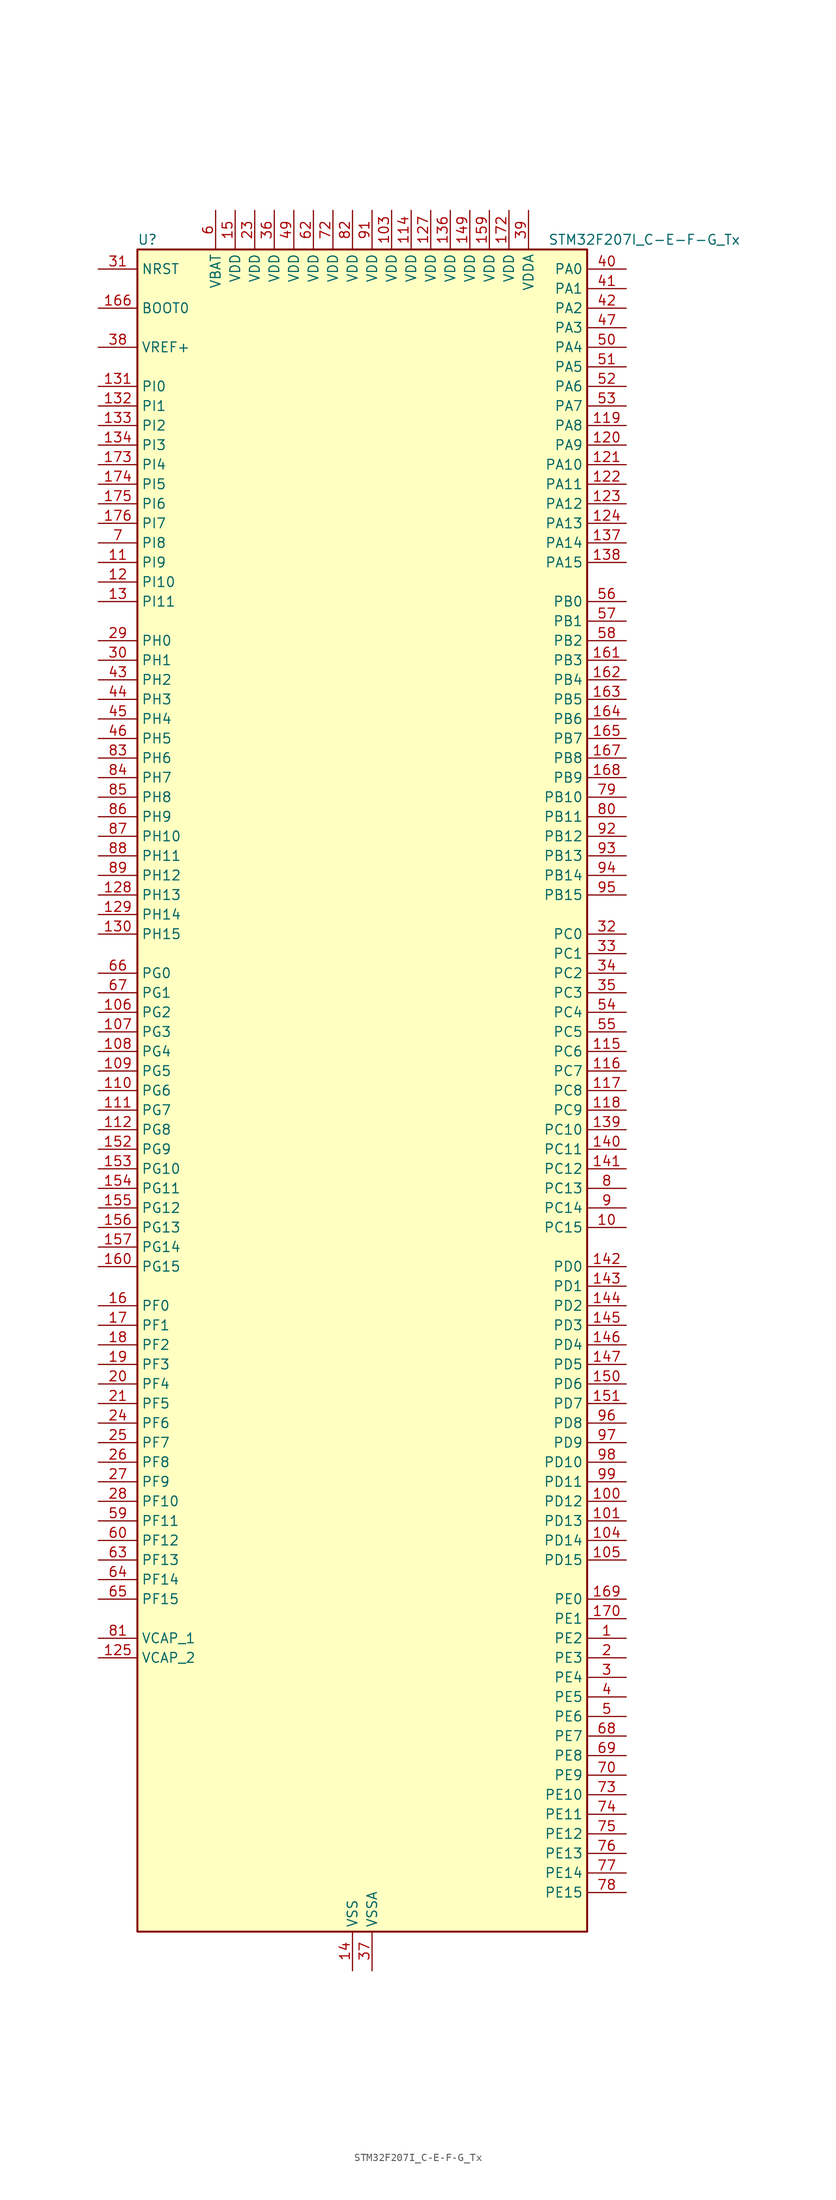
<source format=kicad_sym>
(kicad_symbol_lib
  (version 20220914)
  (generator kicad_symbol_editor)
  (symbol "STM32F207I_C-E-F-G_Tx"
    (property "Reference" "U"
      (at -27.94 110.49 0)
      (effects (font (size 1.27 1.27)) (justify left)))
    (property "Value" "STM32F207I_C-E-F-G_Tx"
      (at 25.4 110.49 0)
      (effects (font (size 1.27 1.27)) (justify left)))
    (property "ki_locked" ""
      (at 0 0 0)
      (effects (font (size 1.27 1.27))))
    (symbol "STM32F207I_C-E-F-G_Tx_0_1"
      (rectangle (start -27.94 -109.22) (end 30.48 109.22) (stroke (width 0.254) (type default)) (fill (type background))))
    (symbol "STM32F207I_C-E-F-G_Tx_1_1"
      (pin bidirectional line (at 35.56 -71.12 180) (length 5.08) (name "PE2" (effects (font (size 1.27 1.27)))) (number "1" (effects (font (size 1.27 1.27)))) (alternate "ETH_TXD3" bidirectional line) (alternate "FSMC_A23" bidirectional line) (alternate "SYS_TRACECLK" bidirectional line))
      (pin bidirectional line (at 35.56 -17.78 180) (length 5.08) (name "PC15" (effects (font (size 1.27 1.27)))) (number "10" (effects (font (size 1.27 1.27)))) (alternate "ADC1_EXTI15" bidirectional line) (alternate "ADC2_EXTI15" bidirectional line) (alternate "ADC3_EXTI15" bidirectional line) (alternate "RCC_OSC32_OUT" bidirectional line))
      (pin bidirectional line (at 35.56 -53.34 180) (length 5.08) (name "PD12" (effects (font (size 1.27 1.27)))) (number "100" (effects (font (size 1.27 1.27)))) (alternate "FSMC_A17" bidirectional line) (alternate "FSMC_ALE" bidirectional line) (alternate "TIM4_CH1" bidirectional line) (alternate "USART3_RTS" bidirectional line))
      (pin bidirectional line (at 35.56 -55.88 180) (length 5.08) (name "PD13" (effects (font (size 1.27 1.27)))) (number "101" (effects (font (size 1.27 1.27)))) (alternate "FSMC_A18" bidirectional line) (alternate "TIM4_CH2" bidirectional line))
      (pin passive line (at 0 -114.3 90) (length 5.08) hide (name "VSS" (effects (font (size 1.27 1.27)))) (number "102" (effects (font (size 1.27 1.27)))))
      (pin power_in line (at 5.08 114.3 270) (length 5.08) (name "VDD" (effects (font (size 1.27 1.27)))) (number "103" (effects (font (size 1.27 1.27)))))
      (pin bidirectional line (at 35.56 -58.42 180) (length 5.08) (name "PD14" (effects (font (size 1.27 1.27)))) (number "104" (effects (font (size 1.27 1.27)))) (alternate "FSMC_D0" bidirectional line) (alternate "FSMC_DA0" bidirectional line) (alternate "TIM4_CH3" bidirectional line))
      (pin bidirectional line (at 35.56 -60.96 180) (length 5.08) (name "PD15" (effects (font (size 1.27 1.27)))) (number "105" (effects (font (size 1.27 1.27)))) (alternate "ADC1_EXTI15" bidirectional line) (alternate "ADC2_EXTI15" bidirectional line) (alternate "ADC3_EXTI15" bidirectional line) (alternate "FSMC_D1" bidirectional line) (alternate "FSMC_DA1" bidirectional line) (alternate "TIM4_CH4" bidirectional line))
      (pin bidirectional line (at -33.02 10.16 0) (length 5.08) (name "PG2" (effects (font (size 1.27 1.27)))) (number "106" (effects (font (size 1.27 1.27)))) (alternate "FSMC_A12" bidirectional line))
      (pin bidirectional line (at -33.02 7.62 0) (length 5.08) (name "PG3" (effects (font (size 1.27 1.27)))) (number "107" (effects (font (size 1.27 1.27)))) (alternate "FSMC_A13" bidirectional line))
      (pin bidirectional line (at -33.02 5.08 0) (length 5.08) (name "PG4" (effects (font (size 1.27 1.27)))) (number "108" (effects (font (size 1.27 1.27)))) (alternate "FSMC_A14" bidirectional line))
      (pin bidirectional line (at -33.02 2.54 0) (length 5.08) (name "PG5" (effects (font (size 1.27 1.27)))) (number "109" (effects (font (size 1.27 1.27)))) (alternate "FSMC_A15" bidirectional line))
      (pin bidirectional line (at -33.02 68.58 0) (length 5.08) (name "PI9" (effects (font (size 1.27 1.27)))) (number "11" (effects (font (size 1.27 1.27)))) (alternate "CAN1_RX" bidirectional line) (alternate "DAC_EXTI9" bidirectional line))
      (pin bidirectional line (at -33.02 0 0) (length 5.08) (name "PG6" (effects (font (size 1.27 1.27)))) (number "110" (effects (font (size 1.27 1.27)))) (alternate "FSMC_INT2" bidirectional line))
      (pin bidirectional line (at -33.02 -2.54 0) (length 5.08) (name "PG7" (effects (font (size 1.27 1.27)))) (number "111" (effects (font (size 1.27 1.27)))) (alternate "FSMC_INT3" bidirectional line) (alternate "USART6_CK" bidirectional line))
      (pin bidirectional line (at -33.02 -5.08 0) (length 5.08) (name "PG8" (effects (font (size 1.27 1.27)))) (number "112" (effects (font (size 1.27 1.27)))) (alternate "ETH_PPS_OUT" bidirectional line) (alternate "USART6_RTS" bidirectional line))
      (pin passive line (at 0 -114.3 90) (length 5.08) hide (name "VSS" (effects (font (size 1.27 1.27)))) (number "113" (effects (font (size 1.27 1.27)))))
      (pin power_in line (at 7.62 114.3 270) (length 5.08) (name "VDD" (effects (font (size 1.27 1.27)))) (number "114" (effects (font (size 1.27 1.27)))))
      (pin bidirectional line (at 35.56 5.08 180) (length 5.08) (name "PC6" (effects (font (size 1.27 1.27)))) (number "115" (effects (font (size 1.27 1.27)))) (alternate "DCMI_D0" bidirectional line) (alternate "I2S2_MCK" bidirectional line) (alternate "SDIO_D6" bidirectional line) (alternate "TIM3_CH1" bidirectional line) (alternate "TIM8_CH1" bidirectional line) (alternate "USART6_TX" bidirectional line))
      (pin bidirectional line (at 35.56 2.54 180) (length 5.08) (name "PC7" (effects (font (size 1.27 1.27)))) (number "116" (effects (font (size 1.27 1.27)))) (alternate "DCMI_D1" bidirectional line) (alternate "I2S3_MCK" bidirectional line) (alternate "SDIO_D7" bidirectional line) (alternate "TIM3_CH2" bidirectional line) (alternate "TIM8_CH2" bidirectional line) (alternate "USART6_RX" bidirectional line))
      (pin bidirectional line (at 35.56 0 180) (length 5.08) (name "PC8" (effects (font (size 1.27 1.27)))) (number "117" (effects (font (size 1.27 1.27)))) (alternate "DCMI_D2" bidirectional line) (alternate "SDIO_D0" bidirectional line) (alternate "TIM3_CH3" bidirectional line) (alternate "TIM8_CH3" bidirectional line) (alternate "USART6_CK" bidirectional line))
      (pin bidirectional line (at 35.56 -2.54 180) (length 5.08) (name "PC9" (effects (font (size 1.27 1.27)))) (number "118" (effects (font (size 1.27 1.27)))) (alternate "DAC_EXTI9" bidirectional line) (alternate "DCMI_D3" bidirectional line) (alternate "I2C3_SDA" bidirectional line) (alternate "I2S_CKIN" bidirectional line) (alternate "RCC_MCO_2" bidirectional line) (alternate "SDIO_D1" bidirectional line) (alternate "TIM3_CH4" bidirectional line) (alternate "TIM8_CH4" bidirectional line))
      (pin bidirectional line (at 35.56 86.36 180) (length 5.08) (name "PA8" (effects (font (size 1.27 1.27)))) (number "119" (effects (font (size 1.27 1.27)))) (alternate "I2C3_SCL" bidirectional line) (alternate "RCC_MCO_1" bidirectional line) (alternate "TIM1_CH1" bidirectional line) (alternate "USART1_CK" bidirectional line) (alternate "USB_OTG_FS_SOF" bidirectional line))
      (pin bidirectional line (at -33.02 66.04 0) (length 5.08) (name "PI10" (effects (font (size 1.27 1.27)))) (number "12" (effects (font (size 1.27 1.27)))) (alternate "ETH_RX_ER" bidirectional line))
      (pin bidirectional line (at 35.56 83.82 180) (length 5.08) (name "PA9" (effects (font (size 1.27 1.27)))) (number "120" (effects (font (size 1.27 1.27)))) (alternate "DAC_EXTI9" bidirectional line) (alternate "DCMI_D0" bidirectional line) (alternate "I2C3_SMBA" bidirectional line) (alternate "TIM1_CH2" bidirectional line) (alternate "USART1_TX" bidirectional line) (alternate "USB_OTG_FS_VBUS" bidirectional line))
      (pin bidirectional line (at 35.56 81.28 180) (length 5.08) (name "PA10" (effects (font (size 1.27 1.27)))) (number "121" (effects (font (size 1.27 1.27)))) (alternate "DCMI_D1" bidirectional line) (alternate "TIM1_CH3" bidirectional line) (alternate "USART1_RX" bidirectional line) (alternate "USB_OTG_FS_ID" bidirectional line))
      (pin bidirectional line (at 35.56 78.74 180) (length 5.08) (name "PA11" (effects (font (size 1.27 1.27)))) (number "122" (effects (font (size 1.27 1.27)))) (alternate "ADC1_EXTI11" bidirectional line) (alternate "ADC2_EXTI11" bidirectional line) (alternate "ADC3_EXTI11" bidirectional line) (alternate "CAN1_RX" bidirectional line) (alternate "TIM1_CH4" bidirectional line) (alternate "USART1_CTS" bidirectional line) (alternate "USB_OTG_FS_DM" bidirectional line))
      (pin bidirectional line (at 35.56 76.2 180) (length 5.08) (name "PA12" (effects (font (size 1.27 1.27)))) (number "123" (effects (font (size 1.27 1.27)))) (alternate "CAN1_TX" bidirectional line) (alternate "TIM1_ETR" bidirectional line) (alternate "USART1_RTS" bidirectional line) (alternate "USB_OTG_FS_DP" bidirectional line))
      (pin bidirectional line (at 35.56 73.66 180) (length 5.08) (name "PA13" (effects (font (size 1.27 1.27)))) (number "124" (effects (font (size 1.27 1.27)))) (alternate "SYS_JTMS-SWDIO" bidirectional line))
      (pin power_out line (at -33.02 -73.66 0) (length 5.08) (name "VCAP_2" (effects (font (size 1.27 1.27)))) (number "125" (effects (font (size 1.27 1.27)))))
      (pin passive line (at 0 -114.3 90) (length 5.08) hide (name "VSS" (effects (font (size 1.27 1.27)))) (number "126" (effects (font (size 1.27 1.27)))))
      (pin power_in line (at 10.16 114.3 270) (length 5.08) (name "VDD" (effects (font (size 1.27 1.27)))) (number "127" (effects (font (size 1.27 1.27)))))
      (pin bidirectional line (at -33.02 25.4 0) (length 5.08) (name "PH13" (effects (font (size 1.27 1.27)))) (number "128" (effects (font (size 1.27 1.27)))) (alternate "CAN1_TX" bidirectional line) (alternate "TIM8_CH1N" bidirectional line))
      (pin bidirectional line (at -33.02 22.86 0) (length 5.08) (name "PH14" (effects (font (size 1.27 1.27)))) (number "129" (effects (font (size 1.27 1.27)))) (alternate "DCMI_D4" bidirectional line) (alternate "TIM8_CH2N" bidirectional line))
      (pin bidirectional line (at -33.02 63.5 0) (length 5.08) (name "PI11" (effects (font (size 1.27 1.27)))) (number "13" (effects (font (size 1.27 1.27)))) (alternate "ADC1_EXTI11" bidirectional line) (alternate "ADC2_EXTI11" bidirectional line) (alternate "ADC3_EXTI11" bidirectional line) (alternate "USB_OTG_HS_ULPI_DIR" bidirectional line))
      (pin bidirectional line (at -33.02 20.32 0) (length 5.08) (name "PH15" (effects (font (size 1.27 1.27)))) (number "130" (effects (font (size 1.27 1.27)))) (alternate "ADC1_EXTI15" bidirectional line) (alternate "ADC2_EXTI15" bidirectional line) (alternate "ADC3_EXTI15" bidirectional line) (alternate "DCMI_D11" bidirectional line) (alternate "TIM8_CH3N" bidirectional line))
      (pin bidirectional line (at -33.02 91.44 0) (length 5.08) (name "PI0" (effects (font (size 1.27 1.27)))) (number "131" (effects (font (size 1.27 1.27)))) (alternate "DCMI_D13" bidirectional line) (alternate "I2S2_WS" bidirectional line) (alternate "SPI2_NSS" bidirectional line) (alternate "TIM5_CH4" bidirectional line))
      (pin bidirectional line (at -33.02 88.9 0) (length 5.08) (name "PI1" (effects (font (size 1.27 1.27)))) (number "132" (effects (font (size 1.27 1.27)))) (alternate "DCMI_D8" bidirectional line) (alternate "I2S2_SCK" bidirectional line) (alternate "SPI2_SCK" bidirectional line))
      (pin bidirectional line (at -33.02 86.36 0) (length 5.08) (name "PI2" (effects (font (size 1.27 1.27)))) (number "133" (effects (font (size 1.27 1.27)))) (alternate "DCMI_D9" bidirectional line) (alternate "SPI2_MISO" bidirectional line) (alternate "TIM8_CH4" bidirectional line))
      (pin bidirectional line (at -33.02 83.82 0) (length 5.08) (name "PI3" (effects (font (size 1.27 1.27)))) (number "134" (effects (font (size 1.27 1.27)))) (alternate "DCMI_D10" bidirectional line) (alternate "I2S2_SD" bidirectional line) (alternate "SPI2_MOSI" bidirectional line) (alternate "TIM8_ETR" bidirectional line))
      (pin passive line (at 0 -114.3 90) (length 5.08) hide (name "VSS" (effects (font (size 1.27 1.27)))) (number "135" (effects (font (size 1.27 1.27)))))
      (pin power_in line (at 12.7 114.3 270) (length 5.08) (name "VDD" (effects (font (size 1.27 1.27)))) (number "136" (effects (font (size 1.27 1.27)))))
      (pin bidirectional line (at 35.56 71.12 180) (length 5.08) (name "PA14" (effects (font (size 1.27 1.27)))) (number "137" (effects (font (size 1.27 1.27)))) (alternate "SYS_JTCK-SWCLK" bidirectional line))
      (pin bidirectional line (at 35.56 68.58 180) (length 5.08) (name "PA15" (effects (font (size 1.27 1.27)))) (number "138" (effects (font (size 1.27 1.27)))) (alternate "ADC1_EXTI15" bidirectional line) (alternate "ADC2_EXTI15" bidirectional line) (alternate "ADC3_EXTI15" bidirectional line) (alternate "I2S3_WS" bidirectional line) (alternate "SPI1_NSS" bidirectional line) (alternate "SPI3_NSS" bidirectional line) (alternate "SYS_JTDI" bidirectional line) (alternate "TIM2_CH1" bidirectional line) (alternate "TIM2_ETR" bidirectional line))
      (pin bidirectional line (at 35.56 -5.08 180) (length 5.08) (name "PC10" (effects (font (size 1.27 1.27)))) (number "139" (effects (font (size 1.27 1.27)))) (alternate "DCMI_D8" bidirectional line) (alternate "I2S3_SCK" bidirectional line) (alternate "SDIO_D2" bidirectional line) (alternate "SPI3_SCK" bidirectional line) (alternate "UART4_TX" bidirectional line) (alternate "USART3_TX" bidirectional line))
      (pin power_in line (at 0 -114.3 90) (length 5.08) (name "VSS" (effects (font (size 1.27 1.27)))) (number "14" (effects (font (size 1.27 1.27)))))
      (pin bidirectional line (at 35.56 -7.62 180) (length 5.08) (name "PC11" (effects (font (size 1.27 1.27)))) (number "140" (effects (font (size 1.27 1.27)))) (alternate "ADC1_EXTI11" bidirectional line) (alternate "ADC2_EXTI11" bidirectional line) (alternate "ADC3_EXTI11" bidirectional line) (alternate "DCMI_D4" bidirectional line) (alternate "SDIO_D3" bidirectional line) (alternate "SPI3_MISO" bidirectional line) (alternate "UART4_RX" bidirectional line) (alternate "USART3_RX" bidirectional line))
      (pin bidirectional line (at 35.56 -10.16 180) (length 5.08) (name "PC12" (effects (font (size 1.27 1.27)))) (number "141" (effects (font (size 1.27 1.27)))) (alternate "DCMI_D9" bidirectional line) (alternate "I2S3_SD" bidirectional line) (alternate "SDIO_CK" bidirectional line) (alternate "SPI3_MOSI" bidirectional line) (alternate "UART5_TX" bidirectional line) (alternate "USART3_CK" bidirectional line))
      (pin bidirectional line (at 35.56 -22.86 180) (length 5.08) (name "PD0" (effects (font (size 1.27 1.27)))) (number "142" (effects (font (size 1.27 1.27)))) (alternate "CAN1_RX" bidirectional line) (alternate "FSMC_D2" bidirectional line) (alternate "FSMC_DA2" bidirectional line))
      (pin bidirectional line (at 35.56 -25.4 180) (length 5.08) (name "PD1" (effects (font (size 1.27 1.27)))) (number "143" (effects (font (size 1.27 1.27)))) (alternate "CAN1_TX" bidirectional line) (alternate "FSMC_D3" bidirectional line) (alternate "FSMC_DA3" bidirectional line))
      (pin bidirectional line (at 35.56 -27.94 180) (length 5.08) (name "PD2" (effects (font (size 1.27 1.27)))) (number "144" (effects (font (size 1.27 1.27)))) (alternate "DCMI_D11" bidirectional line) (alternate "SDIO_CMD" bidirectional line) (alternate "TIM3_ETR" bidirectional line) (alternate "UART5_RX" bidirectional line))
      (pin bidirectional line (at 35.56 -30.48 180) (length 5.08) (name "PD3" (effects (font (size 1.27 1.27)))) (number "145" (effects (font (size 1.27 1.27)))) (alternate "FSMC_CLK" bidirectional line) (alternate "USART2_CTS" bidirectional line))
      (pin bidirectional line (at 35.56 -33.02 180) (length 5.08) (name "PD4" (effects (font (size 1.27 1.27)))) (number "146" (effects (font (size 1.27 1.27)))) (alternate "FSMC_NOE" bidirectional line) (alternate "USART2_RTS" bidirectional line))
      (pin bidirectional line (at 35.56 -35.56 180) (length 5.08) (name "PD5" (effects (font (size 1.27 1.27)))) (number "147" (effects (font (size 1.27 1.27)))) (alternate "FSMC_NWE" bidirectional line) (alternate "USART2_TX" bidirectional line))
      (pin passive line (at 0 -114.3 90) (length 5.08) hide (name "VSS" (effects (font (size 1.27 1.27)))) (number "148" (effects (font (size 1.27 1.27)))))
      (pin power_in line (at 15.24 114.3 270) (length 5.08) (name "VDD" (effects (font (size 1.27 1.27)))) (number "149" (effects (font (size 1.27 1.27)))))
      (pin power_in line (at -15.24 114.3 270) (length 5.08) (name "VDD" (effects (font (size 1.27 1.27)))) (number "15" (effects (font (size 1.27 1.27)))))
      (pin bidirectional line (at 35.56 -38.1 180) (length 5.08) (name "PD6" (effects (font (size 1.27 1.27)))) (number "150" (effects (font (size 1.27 1.27)))) (alternate "FSMC_NWAIT" bidirectional line) (alternate "USART2_RX" bidirectional line))
      (pin bidirectional line (at 35.56 -40.64 180) (length 5.08) (name "PD7" (effects (font (size 1.27 1.27)))) (number "151" (effects (font (size 1.27 1.27)))) (alternate "FSMC_NCE2" bidirectional line) (alternate "FSMC_NE1" bidirectional line) (alternate "USART2_CK" bidirectional line))
      (pin bidirectional line (at -33.02 -7.62 0) (length 5.08) (name "PG9" (effects (font (size 1.27 1.27)))) (number "152" (effects (font (size 1.27 1.27)))) (alternate "DAC_EXTI9" bidirectional line) (alternate "FSMC_NCE3" bidirectional line) (alternate "FSMC_NE2" bidirectional line) (alternate "USART6_RX" bidirectional line))
      (pin bidirectional line (at -33.02 -10.16 0) (length 5.08) (name "PG10" (effects (font (size 1.27 1.27)))) (number "153" (effects (font (size 1.27 1.27)))) (alternate "FSMC_NCE4_1" bidirectional line) (alternate "FSMC_NE3" bidirectional line))
      (pin bidirectional line (at -33.02 -12.7 0) (length 5.08) (name "PG11" (effects (font (size 1.27 1.27)))) (number "154" (effects (font (size 1.27 1.27)))) (alternate "ADC1_EXTI11" bidirectional line) (alternate "ADC2_EXTI11" bidirectional line) (alternate "ADC3_EXTI11" bidirectional line) (alternate "ETH_TX_EN" bidirectional line) (alternate "FSMC_NCE4_2" bidirectional line))
      (pin bidirectional line (at -33.02 -15.24 0) (length 5.08) (name "PG12" (effects (font (size 1.27 1.27)))) (number "155" (effects (font (size 1.27 1.27)))) (alternate "FSMC_NE4" bidirectional line) (alternate "USART6_RTS" bidirectional line))
      (pin bidirectional line (at -33.02 -17.78 0) (length 5.08) (name "PG13" (effects (font (size 1.27 1.27)))) (number "156" (effects (font (size 1.27 1.27)))) (alternate "ETH_TXD0" bidirectional line) (alternate "FSMC_A24" bidirectional line) (alternate "USART6_CTS" bidirectional line))
      (pin bidirectional line (at -33.02 -20.32 0) (length 5.08) (name "PG14" (effects (font (size 1.27 1.27)))) (number "157" (effects (font (size 1.27 1.27)))) (alternate "ETH_TXD1" bidirectional line) (alternate "FSMC_A25" bidirectional line) (alternate "USART6_TX" bidirectional line))
      (pin passive line (at 0 -114.3 90) (length 5.08) hide (name "VSS" (effects (font (size 1.27 1.27)))) (number "158" (effects (font (size 1.27 1.27)))))
      (pin power_in line (at 17.78 114.3 270) (length 5.08) (name "VDD" (effects (font (size 1.27 1.27)))) (number "159" (effects (font (size 1.27 1.27)))))
      (pin bidirectional line (at -33.02 -27.94 0) (length 5.08) (name "PF0" (effects (font (size 1.27 1.27)))) (number "16" (effects (font (size 1.27 1.27)))) (alternate "FSMC_A0" bidirectional line) (alternate "I2C2_SDA" bidirectional line))
      (pin bidirectional line (at -33.02 -22.86 0) (length 5.08) (name "PG15" (effects (font (size 1.27 1.27)))) (number "160" (effects (font (size 1.27 1.27)))) (alternate "ADC1_EXTI15" bidirectional line) (alternate "ADC2_EXTI15" bidirectional line) (alternate "ADC3_EXTI15" bidirectional line) (alternate "DCMI_D13" bidirectional line) (alternate "USART6_CTS" bidirectional line))
      (pin bidirectional line (at 35.56 55.88 180) (length 5.08) (name "PB3" (effects (font (size 1.27 1.27)))) (number "161" (effects (font (size 1.27 1.27)))) (alternate "I2S3_SCK" bidirectional line) (alternate "SPI1_SCK" bidirectional line) (alternate "SPI3_SCK" bidirectional line) (alternate "SYS_JTDO-SWO" bidirectional line) (alternate "TIM2_CH2" bidirectional line))
      (pin bidirectional line (at 35.56 53.34 180) (length 5.08) (name "PB4" (effects (font (size 1.27 1.27)))) (number "162" (effects (font (size 1.27 1.27)))) (alternate "SPI1_MISO" bidirectional line) (alternate "SPI3_MISO" bidirectional line) (alternate "SYS_JTRST" bidirectional line) (alternate "TIM3_CH1" bidirectional line))
      (pin bidirectional line (at 35.56 50.8 180) (length 5.08) (name "PB5" (effects (font (size 1.27 1.27)))) (number "163" (effects (font (size 1.27 1.27)))) (alternate "CAN2_RX" bidirectional line) (alternate "DCMI_D10" bidirectional line) (alternate "ETH_PPS_OUT" bidirectional line) (alternate "I2C1_SMBA" bidirectional line) (alternate "I2S3_SD" bidirectional line) (alternate "SPI1_MOSI" bidirectional line) (alternate "SPI3_MOSI" bidirectional line) (alternate "TIM3_CH2" bidirectional line) (alternate "USB_OTG_HS_ULPI_D7" bidirectional line))
      (pin bidirectional line (at 35.56 48.26 180) (length 5.08) (name "PB6" (effects (font (size 1.27 1.27)))) (number "164" (effects (font (size 1.27 1.27)))) (alternate "CAN2_TX" bidirectional line) (alternate "DCMI_D5" bidirectional line) (alternate "I2C1_SCL" bidirectional line) (alternate "TIM4_CH1" bidirectional line) (alternate "USART1_TX" bidirectional line))
      (pin bidirectional line (at 35.56 45.72 180) (length 5.08) (name "PB7" (effects (font (size 1.27 1.27)))) (number "165" (effects (font (size 1.27 1.27)))) (alternate "DCMI_VSYNC" bidirectional line) (alternate "FSMC_NL" bidirectional line) (alternate "I2C1_SDA" bidirectional line) (alternate "TIM4_CH2" bidirectional line) (alternate "USART1_RX" bidirectional line))
      (pin input line (at -33.02 101.6 0) (length 5.08) (name "BOOT0" (effects (font (size 1.27 1.27)))) (number "166" (effects (font (size 1.27 1.27)))))
      (pin bidirectional line (at 35.56 43.18 180) (length 5.08) (name "PB8" (effects (font (size 1.27 1.27)))) (number "167" (effects (font (size 1.27 1.27)))) (alternate "CAN1_RX" bidirectional line) (alternate "DCMI_D6" bidirectional line) (alternate "ETH_TXD3" bidirectional line) (alternate "I2C1_SCL" bidirectional line) (alternate "SDIO_D4" bidirectional line) (alternate "TIM10_CH1" bidirectional line) (alternate "TIM4_CH3" bidirectional line))
      (pin bidirectional line (at 35.56 40.64 180) (length 5.08) (name "PB9" (effects (font (size 1.27 1.27)))) (number "168" (effects (font (size 1.27 1.27)))) (alternate "CAN1_TX" bidirectional line) (alternate "DAC_EXTI9" bidirectional line) (alternate "DCMI_D7" bidirectional line) (alternate "I2C1_SDA" bidirectional line) (alternate "I2S2_WS" bidirectional line) (alternate "SDIO_D5" bidirectional line) (alternate "SPI2_NSS" bidirectional line) (alternate "TIM11_CH1" bidirectional line) (alternate "TIM4_CH4" bidirectional line))
      (pin bidirectional line (at 35.56 -66.04 180) (length 5.08) (name "PE0" (effects (font (size 1.27 1.27)))) (number "169" (effects (font (size 1.27 1.27)))) (alternate "DCMI_D2" bidirectional line) (alternate "FSMC_NBL0" bidirectional line) (alternate "TIM4_ETR" bidirectional line))
      (pin bidirectional line (at -33.02 -30.48 0) (length 5.08) (name "PF1" (effects (font (size 1.27 1.27)))) (number "17" (effects (font (size 1.27 1.27)))) (alternate "FSMC_A1" bidirectional line) (alternate "I2C2_SCL" bidirectional line))
      (pin bidirectional line (at 35.56 -68.58 180) (length 5.08) (name "PE1" (effects (font (size 1.27 1.27)))) (number "170" (effects (font (size 1.27 1.27)))) (alternate "DCMI_D3" bidirectional line) (alternate "FSMC_NBL1" bidirectional line))
      (pin no_connect line (at -27.94 -109.22 0) (length 5.08) hide (name "RFU" (effects (font (size 1.27 1.27)))) (number "171" (effects (font (size 1.27 1.27)))))
      (pin power_in line (at 20.32 114.3 270) (length 5.08) (name "VDD" (effects (font (size 1.27 1.27)))) (number "172" (effects (font (size 1.27 1.27)))))
      (pin bidirectional line (at -33.02 81.28 0) (length 5.08) (name "PI4" (effects (font (size 1.27 1.27)))) (number "173" (effects (font (size 1.27 1.27)))) (alternate "DCMI_D5" bidirectional line) (alternate "TIM8_BKIN" bidirectional line))
      (pin bidirectional line (at -33.02 78.74 0) (length 5.08) (name "PI5" (effects (font (size 1.27 1.27)))) (number "174" (effects (font (size 1.27 1.27)))) (alternate "DCMI_VSYNC" bidirectional line) (alternate "TIM8_CH1" bidirectional line))
      (pin bidirectional line (at -33.02 76.2 0) (length 5.08) (name "PI6" (effects (font (size 1.27 1.27)))) (number "175" (effects (font (size 1.27 1.27)))) (alternate "DCMI_D6" bidirectional line) (alternate "TIM8_CH2" bidirectional line))
      (pin bidirectional line (at -33.02 73.66 0) (length 5.08) (name "PI7" (effects (font (size 1.27 1.27)))) (number "176" (effects (font (size 1.27 1.27)))) (alternate "DCMI_D7" bidirectional line) (alternate "TIM8_CH3" bidirectional line))
      (pin bidirectional line (at -33.02 -33.02 0) (length 5.08) (name "PF2" (effects (font (size 1.27 1.27)))) (number "18" (effects (font (size 1.27 1.27)))) (alternate "FSMC_A2" bidirectional line) (alternate "I2C2_SMBA" bidirectional line))
      (pin bidirectional line (at -33.02 -35.56 0) (length 5.08) (name "PF3" (effects (font (size 1.27 1.27)))) (number "19" (effects (font (size 1.27 1.27)))) (alternate "ADC3_IN9" bidirectional line) (alternate "FSMC_A3" bidirectional line))
      (pin bidirectional line (at 35.56 -73.66 180) (length 5.08) (name "PE3" (effects (font (size 1.27 1.27)))) (number "2" (effects (font (size 1.27 1.27)))) (alternate "FSMC_A19" bidirectional line) (alternate "SYS_TRACED0" bidirectional line))
      (pin bidirectional line (at -33.02 -38.1 0) (length 5.08) (name "PF4" (effects (font (size 1.27 1.27)))) (number "20" (effects (font (size 1.27 1.27)))) (alternate "ADC3_IN14" bidirectional line) (alternate "FSMC_A4" bidirectional line))
      (pin bidirectional line (at -33.02 -40.64 0) (length 5.08) (name "PF5" (effects (font (size 1.27 1.27)))) (number "21" (effects (font (size 1.27 1.27)))) (alternate "ADC3_IN15" bidirectional line) (alternate "FSMC_A5" bidirectional line))
      (pin passive line (at 0 -114.3 90) (length 5.08) hide (name "VSS" (effects (font (size 1.27 1.27)))) (number "22" (effects (font (size 1.27 1.27)))))
      (pin power_in line (at -12.7 114.3 270) (length 5.08) (name "VDD" (effects (font (size 1.27 1.27)))) (number "23" (effects (font (size 1.27 1.27)))))
      (pin bidirectional line (at -33.02 -43.18 0) (length 5.08) (name "PF6" (effects (font (size 1.27 1.27)))) (number "24" (effects (font (size 1.27 1.27)))) (alternate "ADC3_IN4" bidirectional line) (alternate "FSMC_NIORD" bidirectional line) (alternate "TIM10_CH1" bidirectional line))
      (pin bidirectional line (at -33.02 -45.72 0) (length 5.08) (name "PF7" (effects (font (size 1.27 1.27)))) (number "25" (effects (font (size 1.27 1.27)))) (alternate "ADC3_IN5" bidirectional line) (alternate "FSMC_NREG" bidirectional line) (alternate "TIM11_CH1" bidirectional line))
      (pin bidirectional line (at -33.02 -48.26 0) (length 5.08) (name "PF8" (effects (font (size 1.27 1.27)))) (number "26" (effects (font (size 1.27 1.27)))) (alternate "ADC3_IN6" bidirectional line) (alternate "FSMC_NIOWR" bidirectional line) (alternate "TIM13_CH1" bidirectional line))
      (pin bidirectional line (at -33.02 -50.8 0) (length 5.08) (name "PF9" (effects (font (size 1.27 1.27)))) (number "27" (effects (font (size 1.27 1.27)))) (alternate "ADC3_IN7" bidirectional line) (alternate "DAC_EXTI9" bidirectional line) (alternate "FSMC_CD" bidirectional line) (alternate "TIM14_CH1" bidirectional line))
      (pin bidirectional line (at -33.02 -53.34 0) (length 5.08) (name "PF10" (effects (font (size 1.27 1.27)))) (number "28" (effects (font (size 1.27 1.27)))) (alternate "ADC3_IN8" bidirectional line) (alternate "FSMC_INTR" bidirectional line))
      (pin bidirectional line (at -33.02 58.42 0) (length 5.08) (name "PH0" (effects (font (size 1.27 1.27)))) (number "29" (effects (font (size 1.27 1.27)))) (alternate "RCC_OSC_IN" bidirectional line))
      (pin bidirectional line (at 35.56 -76.2 180) (length 5.08) (name "PE4" (effects (font (size 1.27 1.27)))) (number "3" (effects (font (size 1.27 1.27)))) (alternate "DCMI_D4" bidirectional line) (alternate "FSMC_A20" bidirectional line) (alternate "SYS_TRACED1" bidirectional line))
      (pin bidirectional line (at -33.02 55.88 0) (length 5.08) (name "PH1" (effects (font (size 1.27 1.27)))) (number "30" (effects (font (size 1.27 1.27)))) (alternate "RCC_OSC_OUT" bidirectional line))
      (pin input line (at -33.02 106.68 0) (length 5.08) (name "NRST" (effects (font (size 1.27 1.27)))) (number "31" (effects (font (size 1.27 1.27)))))
      (pin bidirectional line (at 35.56 20.32 180) (length 5.08) (name "PC0" (effects (font (size 1.27 1.27)))) (number "32" (effects (font (size 1.27 1.27)))) (alternate "ADC1_IN10" bidirectional line) (alternate "ADC2_IN10" bidirectional line) (alternate "ADC3_IN10" bidirectional line) (alternate "USB_OTG_HS_ULPI_STP" bidirectional line))
      (pin bidirectional line (at 35.56 17.78 180) (length 5.08) (name "PC1" (effects (font (size 1.27 1.27)))) (number "33" (effects (font (size 1.27 1.27)))) (alternate "ADC1_IN11" bidirectional line) (alternate "ADC2_IN11" bidirectional line) (alternate "ADC3_IN11" bidirectional line) (alternate "ETH_MDC" bidirectional line))
      (pin bidirectional line (at 35.56 15.24 180) (length 5.08) (name "PC2" (effects (font (size 1.27 1.27)))) (number "34" (effects (font (size 1.27 1.27)))) (alternate "ADC1_IN12" bidirectional line) (alternate "ADC2_IN12" bidirectional line) (alternate "ADC3_IN12" bidirectional line) (alternate "ETH_TXD2" bidirectional line) (alternate "SPI2_MISO" bidirectional line) (alternate "USB_OTG_HS_ULPI_DIR" bidirectional line))
      (pin bidirectional line (at 35.56 12.7 180) (length 5.08) (name "PC3" (effects (font (size 1.27 1.27)))) (number "35" (effects (font (size 1.27 1.27)))) (alternate "ADC1_IN13" bidirectional line) (alternate "ADC2_IN13" bidirectional line) (alternate "ADC3_IN13" bidirectional line) (alternate "ETH_TX_CLK" bidirectional line) (alternate "I2S2_SD" bidirectional line) (alternate "SPI2_MOSI" bidirectional line) (alternate "USB_OTG_HS_ULPI_NXT" bidirectional line))
      (pin power_in line (at -10.16 114.3 270) (length 5.08) (name "VDD" (effects (font (size 1.27 1.27)))) (number "36" (effects (font (size 1.27 1.27)))))
      (pin power_in line (at 2.54 -114.3 90) (length 5.08) (name "VSSA" (effects (font (size 1.27 1.27)))) (number "37" (effects (font (size 1.27 1.27)))))
      (pin input line (at -33.02 96.52 0) (length 5.08) (name "VREF+" (effects (font (size 1.27 1.27)))) (number "38" (effects (font (size 1.27 1.27)))))
      (pin power_in line (at 22.86 114.3 270) (length 5.08) (name "VDDA" (effects (font (size 1.27 1.27)))) (number "39" (effects (font (size 1.27 1.27)))))
      (pin bidirectional line (at 35.56 -78.74 180) (length 5.08) (name "PE5" (effects (font (size 1.27 1.27)))) (number "4" (effects (font (size 1.27 1.27)))) (alternate "DCMI_D6" bidirectional line) (alternate "FSMC_A21" bidirectional line) (alternate "SYS_TRACED2" bidirectional line) (alternate "TIM9_CH1" bidirectional line))
      (pin bidirectional line (at 35.56 106.68 180) (length 5.08) (name "PA0" (effects (font (size 1.27 1.27)))) (number "40" (effects (font (size 1.27 1.27)))) (alternate "ADC1_IN0" bidirectional line) (alternate "ADC2_IN0" bidirectional line) (alternate "ADC3_IN0" bidirectional line) (alternate "ETH_CRS" bidirectional line) (alternate "SYS_WKUP" bidirectional line) (alternate "TIM2_CH1" bidirectional line) (alternate "TIM2_ETR" bidirectional line) (alternate "TIM5_CH1" bidirectional line) (alternate "TIM8_ETR" bidirectional line) (alternate "UART4_TX" bidirectional line) (alternate "USART2_CTS" bidirectional line))
      (pin bidirectional line (at 35.56 104.14 180) (length 5.08) (name "PA1" (effects (font (size 1.27 1.27)))) (number "41" (effects (font (size 1.27 1.27)))) (alternate "ADC1_IN1" bidirectional line) (alternate "ADC2_IN1" bidirectional line) (alternate "ADC3_IN1" bidirectional line) (alternate "ETH_REF_CLK" bidirectional line) (alternate "ETH_RX_CLK" bidirectional line) (alternate "TIM2_CH2" bidirectional line) (alternate "TIM5_CH2" bidirectional line) (alternate "UART4_RX" bidirectional line) (alternate "USART2_RTS" bidirectional line))
      (pin bidirectional line (at 35.56 101.6 180) (length 5.08) (name "PA2" (effects (font (size 1.27 1.27)))) (number "42" (effects (font (size 1.27 1.27)))) (alternate "ADC1_IN2" bidirectional line) (alternate "ADC2_IN2" bidirectional line) (alternate "ADC3_IN2" bidirectional line) (alternate "ETH_MDIO" bidirectional line) (alternate "TIM2_CH3" bidirectional line) (alternate "TIM5_CH3" bidirectional line) (alternate "TIM9_CH1" bidirectional line) (alternate "USART2_TX" bidirectional line))
      (pin bidirectional line (at -33.02 53.34 0) (length 5.08) (name "PH2" (effects (font (size 1.27 1.27)))) (number "43" (effects (font (size 1.27 1.27)))) (alternate "ETH_CRS" bidirectional line))
      (pin bidirectional line (at -33.02 50.8 0) (length 5.08) (name "PH3" (effects (font (size 1.27 1.27)))) (number "44" (effects (font (size 1.27 1.27)))) (alternate "ETH_COL" bidirectional line))
      (pin bidirectional line (at -33.02 48.26 0) (length 5.08) (name "PH4" (effects (font (size 1.27 1.27)))) (number "45" (effects (font (size 1.27 1.27)))) (alternate "I2C2_SCL" bidirectional line) (alternate "USB_OTG_HS_ULPI_NXT" bidirectional line))
      (pin bidirectional line (at -33.02 45.72 0) (length 5.08) (name "PH5" (effects (font (size 1.27 1.27)))) (number "46" (effects (font (size 1.27 1.27)))) (alternate "I2C2_SDA" bidirectional line))
      (pin bidirectional line (at 35.56 99.06 180) (length 5.08) (name "PA3" (effects (font (size 1.27 1.27)))) (number "47" (effects (font (size 1.27 1.27)))) (alternate "ADC1_IN3" bidirectional line) (alternate "ADC2_IN3" bidirectional line) (alternate "ADC3_IN3" bidirectional line) (alternate "ETH_COL" bidirectional line) (alternate "TIM2_CH4" bidirectional line) (alternate "TIM5_CH4" bidirectional line) (alternate "TIM9_CH2" bidirectional line) (alternate "USART2_RX" bidirectional line) (alternate "USB_OTG_HS_ULPI_D0" bidirectional line))
      (pin passive line (at 0 -114.3 90) (length 5.08) hide (name "VSS" (effects (font (size 1.27 1.27)))) (number "48" (effects (font (size 1.27 1.27)))))
      (pin power_in line (at -7.62 114.3 270) (length 5.08) (name "VDD" (effects (font (size 1.27 1.27)))) (number "49" (effects (font (size 1.27 1.27)))))
      (pin bidirectional line (at 35.56 -81.28 180) (length 5.08) (name "PE6" (effects (font (size 1.27 1.27)))) (number "5" (effects (font (size 1.27 1.27)))) (alternate "DCMI_D7" bidirectional line) (alternate "FSMC_A22" bidirectional line) (alternate "SYS_TRACED3" bidirectional line) (alternate "TIM9_CH2" bidirectional line))
      (pin bidirectional line (at 35.56 96.52 180) (length 5.08) (name "PA4" (effects (font (size 1.27 1.27)))) (number "50" (effects (font (size 1.27 1.27)))) (alternate "ADC1_IN4" bidirectional line) (alternate "ADC2_IN4" bidirectional line) (alternate "DAC_OUT1" bidirectional line) (alternate "DCMI_HSYNC" bidirectional line) (alternate "I2S3_WS" bidirectional line) (alternate "SPI1_NSS" bidirectional line) (alternate "SPI3_NSS" bidirectional line) (alternate "USART2_CK" bidirectional line) (alternate "USB_OTG_HS_SOF" bidirectional line))
      (pin bidirectional line (at 35.56 93.98 180) (length 5.08) (name "PA5" (effects (font (size 1.27 1.27)))) (number "51" (effects (font (size 1.27 1.27)))) (alternate "ADC1_IN5" bidirectional line) (alternate "ADC2_IN5" bidirectional line) (alternate "DAC_OUT2" bidirectional line) (alternate "SPI1_SCK" bidirectional line) (alternate "TIM2_CH1" bidirectional line) (alternate "TIM2_ETR" bidirectional line) (alternate "TIM8_CH1N" bidirectional line) (alternate "USB_OTG_HS_ULPI_CK" bidirectional line))
      (pin bidirectional line (at 35.56 91.44 180) (length 5.08) (name "PA6" (effects (font (size 1.27 1.27)))) (number "52" (effects (font (size 1.27 1.27)))) (alternate "ADC1_IN6" bidirectional line) (alternate "ADC2_IN6" bidirectional line) (alternate "DCMI_PIXCLK" bidirectional line) (alternate "SPI1_MISO" bidirectional line) (alternate "TIM13_CH1" bidirectional line) (alternate "TIM1_BKIN" bidirectional line) (alternate "TIM3_CH1" bidirectional line) (alternate "TIM8_BKIN" bidirectional line))
      (pin bidirectional line (at 35.56 88.9 180) (length 5.08) (name "PA7" (effects (font (size 1.27 1.27)))) (number "53" (effects (font (size 1.27 1.27)))) (alternate "ADC1_IN7" bidirectional line) (alternate "ADC2_IN7" bidirectional line) (alternate "ETH_CRS_DV" bidirectional line) (alternate "ETH_RX_DV" bidirectional line) (alternate "SPI1_MOSI" bidirectional line) (alternate "TIM14_CH1" bidirectional line) (alternate "TIM1_CH1N" bidirectional line) (alternate "TIM3_CH2" bidirectional line) (alternate "TIM8_CH1N" bidirectional line))
      (pin bidirectional line (at 35.56 10.16 180) (length 5.08) (name "PC4" (effects (font (size 1.27 1.27)))) (number "54" (effects (font (size 1.27 1.27)))) (alternate "ADC1_IN14" bidirectional line) (alternate "ADC2_IN14" bidirectional line) (alternate "ETH_RXD0" bidirectional line))
      (pin bidirectional line (at 35.56 7.62 180) (length 5.08) (name "PC5" (effects (font (size 1.27 1.27)))) (number "55" (effects (font (size 1.27 1.27)))) (alternate "ADC1_IN15" bidirectional line) (alternate "ADC2_IN15" bidirectional line) (alternate "ETH_RXD1" bidirectional line))
      (pin bidirectional line (at 35.56 63.5 180) (length 5.08) (name "PB0" (effects (font (size 1.27 1.27)))) (number "56" (effects (font (size 1.27 1.27)))) (alternate "ADC1_IN8" bidirectional line) (alternate "ADC2_IN8" bidirectional line) (alternate "ETH_RXD2" bidirectional line) (alternate "TIM1_CH2N" bidirectional line) (alternate "TIM3_CH3" bidirectional line) (alternate "TIM8_CH2N" bidirectional line) (alternate "USB_OTG_HS_ULPI_D1" bidirectional line))
      (pin bidirectional line (at 35.56 60.96 180) (length 5.08) (name "PB1" (effects (font (size 1.27 1.27)))) (number "57" (effects (font (size 1.27 1.27)))) (alternate "ADC1_IN9" bidirectional line) (alternate "ADC2_IN9" bidirectional line) (alternate "ETH_RXD3" bidirectional line) (alternate "TIM1_CH3N" bidirectional line) (alternate "TIM3_CH4" bidirectional line) (alternate "TIM8_CH3N" bidirectional line) (alternate "USB_OTG_HS_ULPI_D2" bidirectional line))
      (pin bidirectional line (at 35.56 58.42 180) (length 5.08) (name "PB2" (effects (font (size 1.27 1.27)))) (number "58" (effects (font (size 1.27 1.27)))))
      (pin bidirectional line (at -33.02 -55.88 0) (length 5.08) (name "PF11" (effects (font (size 1.27 1.27)))) (number "59" (effects (font (size 1.27 1.27)))) (alternate "ADC1_EXTI11" bidirectional line) (alternate "ADC2_EXTI11" bidirectional line) (alternate "ADC3_EXTI11" bidirectional line) (alternate "DCMI_D12" bidirectional line))
      (pin power_in line (at -17.78 114.3 270) (length 5.08) (name "VBAT" (effects (font (size 1.27 1.27)))) (number "6" (effects (font (size 1.27 1.27)))))
      (pin bidirectional line (at -33.02 -58.42 0) (length 5.08) (name "PF12" (effects (font (size 1.27 1.27)))) (number "60" (effects (font (size 1.27 1.27)))) (alternate "FSMC_A6" bidirectional line))
      (pin passive line (at 0 -114.3 90) (length 5.08) hide (name "VSS" (effects (font (size 1.27 1.27)))) (number "61" (effects (font (size 1.27 1.27)))))
      (pin power_in line (at -5.08 114.3 270) (length 5.08) (name "VDD" (effects (font (size 1.27 1.27)))) (number "62" (effects (font (size 1.27 1.27)))))
      (pin bidirectional line (at -33.02 -60.96 0) (length 5.08) (name "PF13" (effects (font (size 1.27 1.27)))) (number "63" (effects (font (size 1.27 1.27)))) (alternate "FSMC_A7" bidirectional line))
      (pin bidirectional line (at -33.02 -63.5 0) (length 5.08) (name "PF14" (effects (font (size 1.27 1.27)))) (number "64" (effects (font (size 1.27 1.27)))) (alternate "FSMC_A8" bidirectional line))
      (pin bidirectional line (at -33.02 -66.04 0) (length 5.08) (name "PF15" (effects (font (size 1.27 1.27)))) (number "65" (effects (font (size 1.27 1.27)))) (alternate "ADC1_EXTI15" bidirectional line) (alternate "ADC2_EXTI15" bidirectional line) (alternate "ADC3_EXTI15" bidirectional line) (alternate "FSMC_A9" bidirectional line))
      (pin bidirectional line (at -33.02 15.24 0) (length 5.08) (name "PG0" (effects (font (size 1.27 1.27)))) (number "66" (effects (font (size 1.27 1.27)))) (alternate "FSMC_A10" bidirectional line))
      (pin bidirectional line (at -33.02 12.7 0) (length 5.08) (name "PG1" (effects (font (size 1.27 1.27)))) (number "67" (effects (font (size 1.27 1.27)))) (alternate "FSMC_A11" bidirectional line))
      (pin bidirectional line (at 35.56 -83.82 180) (length 5.08) (name "PE7" (effects (font (size 1.27 1.27)))) (number "68" (effects (font (size 1.27 1.27)))) (alternate "FSMC_D4" bidirectional line) (alternate "FSMC_DA4" bidirectional line) (alternate "TIM1_ETR" bidirectional line))
      (pin bidirectional line (at 35.56 -86.36 180) (length 5.08) (name "PE8" (effects (font (size 1.27 1.27)))) (number "69" (effects (font (size 1.27 1.27)))) (alternate "FSMC_D5" bidirectional line) (alternate "FSMC_DA5" bidirectional line) (alternate "TIM1_CH1N" bidirectional line))
      (pin bidirectional line (at -33.02 71.12 0) (length 5.08) (name "PI8" (effects (font (size 1.27 1.27)))) (number "7" (effects (font (size 1.27 1.27)))) (alternate "RTC_AF2" bidirectional line))
      (pin bidirectional line (at 35.56 -88.9 180) (length 5.08) (name "PE9" (effects (font (size 1.27 1.27)))) (number "70" (effects (font (size 1.27 1.27)))) (alternate "DAC_EXTI9" bidirectional line) (alternate "FSMC_D6" bidirectional line) (alternate "FSMC_DA6" bidirectional line) (alternate "TIM1_CH1" bidirectional line))
      (pin passive line (at 0 -114.3 90) (length 5.08) hide (name "VSS" (effects (font (size 1.27 1.27)))) (number "71" (effects (font (size 1.27 1.27)))))
      (pin power_in line (at -2.54 114.3 270) (length 5.08) (name "VDD" (effects (font (size 1.27 1.27)))) (number "72" (effects (font (size 1.27 1.27)))))
      (pin bidirectional line (at 35.56 -91.44 180) (length 5.08) (name "PE10" (effects (font (size 1.27 1.27)))) (number "73" (effects (font (size 1.27 1.27)))) (alternate "FSMC_D7" bidirectional line) (alternate "FSMC_DA7" bidirectional line) (alternate "TIM1_CH2N" bidirectional line))
      (pin bidirectional line (at 35.56 -93.98 180) (length 5.08) (name "PE11" (effects (font (size 1.27 1.27)))) (number "74" (effects (font (size 1.27 1.27)))) (alternate "ADC1_EXTI11" bidirectional line) (alternate "ADC2_EXTI11" bidirectional line) (alternate "ADC3_EXTI11" bidirectional line) (alternate "FSMC_D8" bidirectional line) (alternate "FSMC_DA8" bidirectional line) (alternate "TIM1_CH2" bidirectional line))
      (pin bidirectional line (at 35.56 -96.52 180) (length 5.08) (name "PE12" (effects (font (size 1.27 1.27)))) (number "75" (effects (font (size 1.27 1.27)))) (alternate "FSMC_D9" bidirectional line) (alternate "FSMC_DA9" bidirectional line) (alternate "TIM1_CH3N" bidirectional line))
      (pin bidirectional line (at 35.56 -99.06 180) (length 5.08) (name "PE13" (effects (font (size 1.27 1.27)))) (number "76" (effects (font (size 1.27 1.27)))) (alternate "FSMC_D10" bidirectional line) (alternate "FSMC_DA10" bidirectional line) (alternate "TIM1_CH3" bidirectional line))
      (pin bidirectional line (at 35.56 -101.6 180) (length 5.08) (name "PE14" (effects (font (size 1.27 1.27)))) (number "77" (effects (font (size 1.27 1.27)))) (alternate "FSMC_D11" bidirectional line) (alternate "FSMC_DA11" bidirectional line) (alternate "TIM1_CH4" bidirectional line))
      (pin bidirectional line (at 35.56 -104.14 180) (length 5.08) (name "PE15" (effects (font (size 1.27 1.27)))) (number "78" (effects (font (size 1.27 1.27)))) (alternate "ADC1_EXTI15" bidirectional line) (alternate "ADC2_EXTI15" bidirectional line) (alternate "ADC3_EXTI15" bidirectional line) (alternate "FSMC_D12" bidirectional line) (alternate "FSMC_DA12" bidirectional line) (alternate "TIM1_BKIN" bidirectional line))
      (pin bidirectional line (at 35.56 38.1 180) (length 5.08) (name "PB10" (effects (font (size 1.27 1.27)))) (number "79" (effects (font (size 1.27 1.27)))) (alternate "ETH_RX_ER" bidirectional line) (alternate "I2C2_SCL" bidirectional line) (alternate "I2S2_SCK" bidirectional line) (alternate "SPI2_SCK" bidirectional line) (alternate "TIM2_CH3" bidirectional line) (alternate "USART3_TX" bidirectional line) (alternate "USB_OTG_HS_ULPI_D3" bidirectional line))
      (pin bidirectional line (at 35.56 -12.7 180) (length 5.08) (name "PC13" (effects (font (size 1.27 1.27)))) (number "8" (effects (font (size 1.27 1.27)))) (alternate "RTC_AF1" bidirectional line))
      (pin bidirectional line (at 35.56 35.56 180) (length 5.08) (name "PB11" (effects (font (size 1.27 1.27)))) (number "80" (effects (font (size 1.27 1.27)))) (alternate "ADC1_EXTI11" bidirectional line) (alternate "ADC2_EXTI11" bidirectional line) (alternate "ADC3_EXTI11" bidirectional line) (alternate "ETH_TX_EN" bidirectional line) (alternate "I2C2_SDA" bidirectional line) (alternate "TIM2_CH4" bidirectional line) (alternate "USART3_RX" bidirectional line) (alternate "USB_OTG_HS_ULPI_D4" bidirectional line))
      (pin power_out line (at -33.02 -71.12 0) (length 5.08) (name "VCAP_1" (effects (font (size 1.27 1.27)))) (number "81" (effects (font (size 1.27 1.27)))))
      (pin power_in line (at 0 114.3 270) (length 5.08) (name "VDD" (effects (font (size 1.27 1.27)))) (number "82" (effects (font (size 1.27 1.27)))))
      (pin bidirectional line (at -33.02 43.18 0) (length 5.08) (name "PH6" (effects (font (size 1.27 1.27)))) (number "83" (effects (font (size 1.27 1.27)))) (alternate "ETH_RXD2" bidirectional line) (alternate "I2C2_SMBA" bidirectional line) (alternate "TIM12_CH1" bidirectional line))
      (pin bidirectional line (at -33.02 40.64 0) (length 5.08) (name "PH7" (effects (font (size 1.27 1.27)))) (number "84" (effects (font (size 1.27 1.27)))) (alternate "ETH_RXD3" bidirectional line) (alternate "I2C3_SCL" bidirectional line))
      (pin bidirectional line (at -33.02 38.1 0) (length 5.08) (name "PH8" (effects (font (size 1.27 1.27)))) (number "85" (effects (font (size 1.27 1.27)))) (alternate "DCMI_HSYNC" bidirectional line) (alternate "I2C3_SDA" bidirectional line))
      (pin bidirectional line (at -33.02 35.56 0) (length 5.08) (name "PH9" (effects (font (size 1.27 1.27)))) (number "86" (effects (font (size 1.27 1.27)))) (alternate "DAC_EXTI9" bidirectional line) (alternate "DCMI_D0" bidirectional line) (alternate "I2C3_SMBA" bidirectional line) (alternate "TIM12_CH2" bidirectional line))
      (pin bidirectional line (at -33.02 33.02 0) (length 5.08) (name "PH10" (effects (font (size 1.27 1.27)))) (number "87" (effects (font (size 1.27 1.27)))) (alternate "DCMI_D1" bidirectional line) (alternate "TIM5_CH1" bidirectional line))
      (pin bidirectional line (at -33.02 30.48 0) (length 5.08) (name "PH11" (effects (font (size 1.27 1.27)))) (number "88" (effects (font (size 1.27 1.27)))) (alternate "ADC1_EXTI11" bidirectional line) (alternate "ADC2_EXTI11" bidirectional line) (alternate "ADC3_EXTI11" bidirectional line) (alternate "DCMI_D2" bidirectional line) (alternate "TIM5_CH2" bidirectional line))
      (pin bidirectional line (at -33.02 27.94 0) (length 5.08) (name "PH12" (effects (font (size 1.27 1.27)))) (number "89" (effects (font (size 1.27 1.27)))) (alternate "DCMI_D3" bidirectional line) (alternate "TIM5_CH3" bidirectional line))
      (pin bidirectional line (at 35.56 -15.24 180) (length 5.08) (name "PC14" (effects (font (size 1.27 1.27)))) (number "9" (effects (font (size 1.27 1.27)))) (alternate "RCC_OSC32_IN" bidirectional line))
      (pin passive line (at 0 -114.3 90) (length 5.08) hide (name "VSS" (effects (font (size 1.27 1.27)))) (number "90" (effects (font (size 1.27 1.27)))))
      (pin power_in line (at 2.54 114.3 270) (length 5.08) (name "VDD" (effects (font (size 1.27 1.27)))) (number "91" (effects (font (size 1.27 1.27)))))
      (pin bidirectional line (at 35.56 33.02 180) (length 5.08) (name "PB12" (effects (font (size 1.27 1.27)))) (number "92" (effects (font (size 1.27 1.27)))) (alternate "CAN2_RX" bidirectional line) (alternate "ETH_TXD0" bidirectional line) (alternate "I2C2_SMBA" bidirectional line) (alternate "I2S2_WS" bidirectional line) (alternate "SPI2_NSS" bidirectional line) (alternate "TIM1_BKIN" bidirectional line) (alternate "USART3_CK" bidirectional line) (alternate "USB_OTG_HS_ID" bidirectional line) (alternate "USB_OTG_HS_ULPI_D5" bidirectional line))
      (pin bidirectional line (at 35.56 30.48 180) (length 5.08) (name "PB13" (effects (font (size 1.27 1.27)))) (number "93" (effects (font (size 1.27 1.27)))) (alternate "CAN2_TX" bidirectional line) (alternate "ETH_TXD1" bidirectional line) (alternate "I2S2_SCK" bidirectional line) (alternate "SPI2_SCK" bidirectional line) (alternate "TIM1_CH1N" bidirectional line) (alternate "USART3_CTS" bidirectional line) (alternate "USB_OTG_HS_ULPI_D6" bidirectional line) (alternate "USB_OTG_HS_VBUS" bidirectional line))
      (pin bidirectional line (at 35.56 27.94 180) (length 5.08) (name "PB14" (effects (font (size 1.27 1.27)))) (number "94" (effects (font (size 1.27 1.27)))) (alternate "SPI2_MISO" bidirectional line) (alternate "TIM12_CH1" bidirectional line) (alternate "TIM1_CH2N" bidirectional line) (alternate "TIM8_CH2N" bidirectional line) (alternate "USART3_RTS" bidirectional line) (alternate "USB_OTG_HS_DM" bidirectional line))
      (pin bidirectional line (at 35.56 25.4 180) (length 5.08) (name "PB15" (effects (font (size 1.27 1.27)))) (number "95" (effects (font (size 1.27 1.27)))) (alternate "ADC1_EXTI15" bidirectional line) (alternate "ADC2_EXTI15" bidirectional line) (alternate "ADC3_EXTI15" bidirectional line) (alternate "I2S2_SD" bidirectional line) (alternate "RTC_REFIN" bidirectional line) (alternate "SPI2_MOSI" bidirectional line) (alternate "TIM12_CH2" bidirectional line) (alternate "TIM1_CH3N" bidirectional line) (alternate "TIM8_CH3N" bidirectional line) (alternate "USB_OTG_HS_DP" bidirectional line))
      (pin bidirectional line (at 35.56 -43.18 180) (length 5.08) (name "PD8" (effects (font (size 1.27 1.27)))) (number "96" (effects (font (size 1.27 1.27)))) (alternate "FSMC_D13" bidirectional line) (alternate "FSMC_DA13" bidirectional line) (alternate "USART3_TX" bidirectional line))
      (pin bidirectional line (at 35.56 -45.72 180) (length 5.08) (name "PD9" (effects (font (size 1.27 1.27)))) (number "97" (effects (font (size 1.27 1.27)))) (alternate "DAC_EXTI9" bidirectional line) (alternate "FSMC_D14" bidirectional line) (alternate "FSMC_DA14" bidirectional line) (alternate "USART3_RX" bidirectional line))
      (pin bidirectional line (at 35.56 -48.26 180) (length 5.08) (name "PD10" (effects (font (size 1.27 1.27)))) (number "98" (effects (font (size 1.27 1.27)))) (alternate "FSMC_D15" bidirectional line) (alternate "FSMC_DA15" bidirectional line) (alternate "USART3_CK" bidirectional line))
      (pin bidirectional line (at 35.56 -50.8 180) (length 5.08) (name "PD11" (effects (font (size 1.27 1.27)))) (number "99" (effects (font (size 1.27 1.27)))) (alternate "ADC1_EXTI11" bidirectional line) (alternate "ADC2_EXTI11" bidirectional line) (alternate "ADC3_EXTI11" bidirectional line) (alternate "FSMC_A16" bidirectional line) (alternate "FSMC_CLE" bidirectional line) (alternate "USART3_CTS" bidirectional line)))))
</source>
